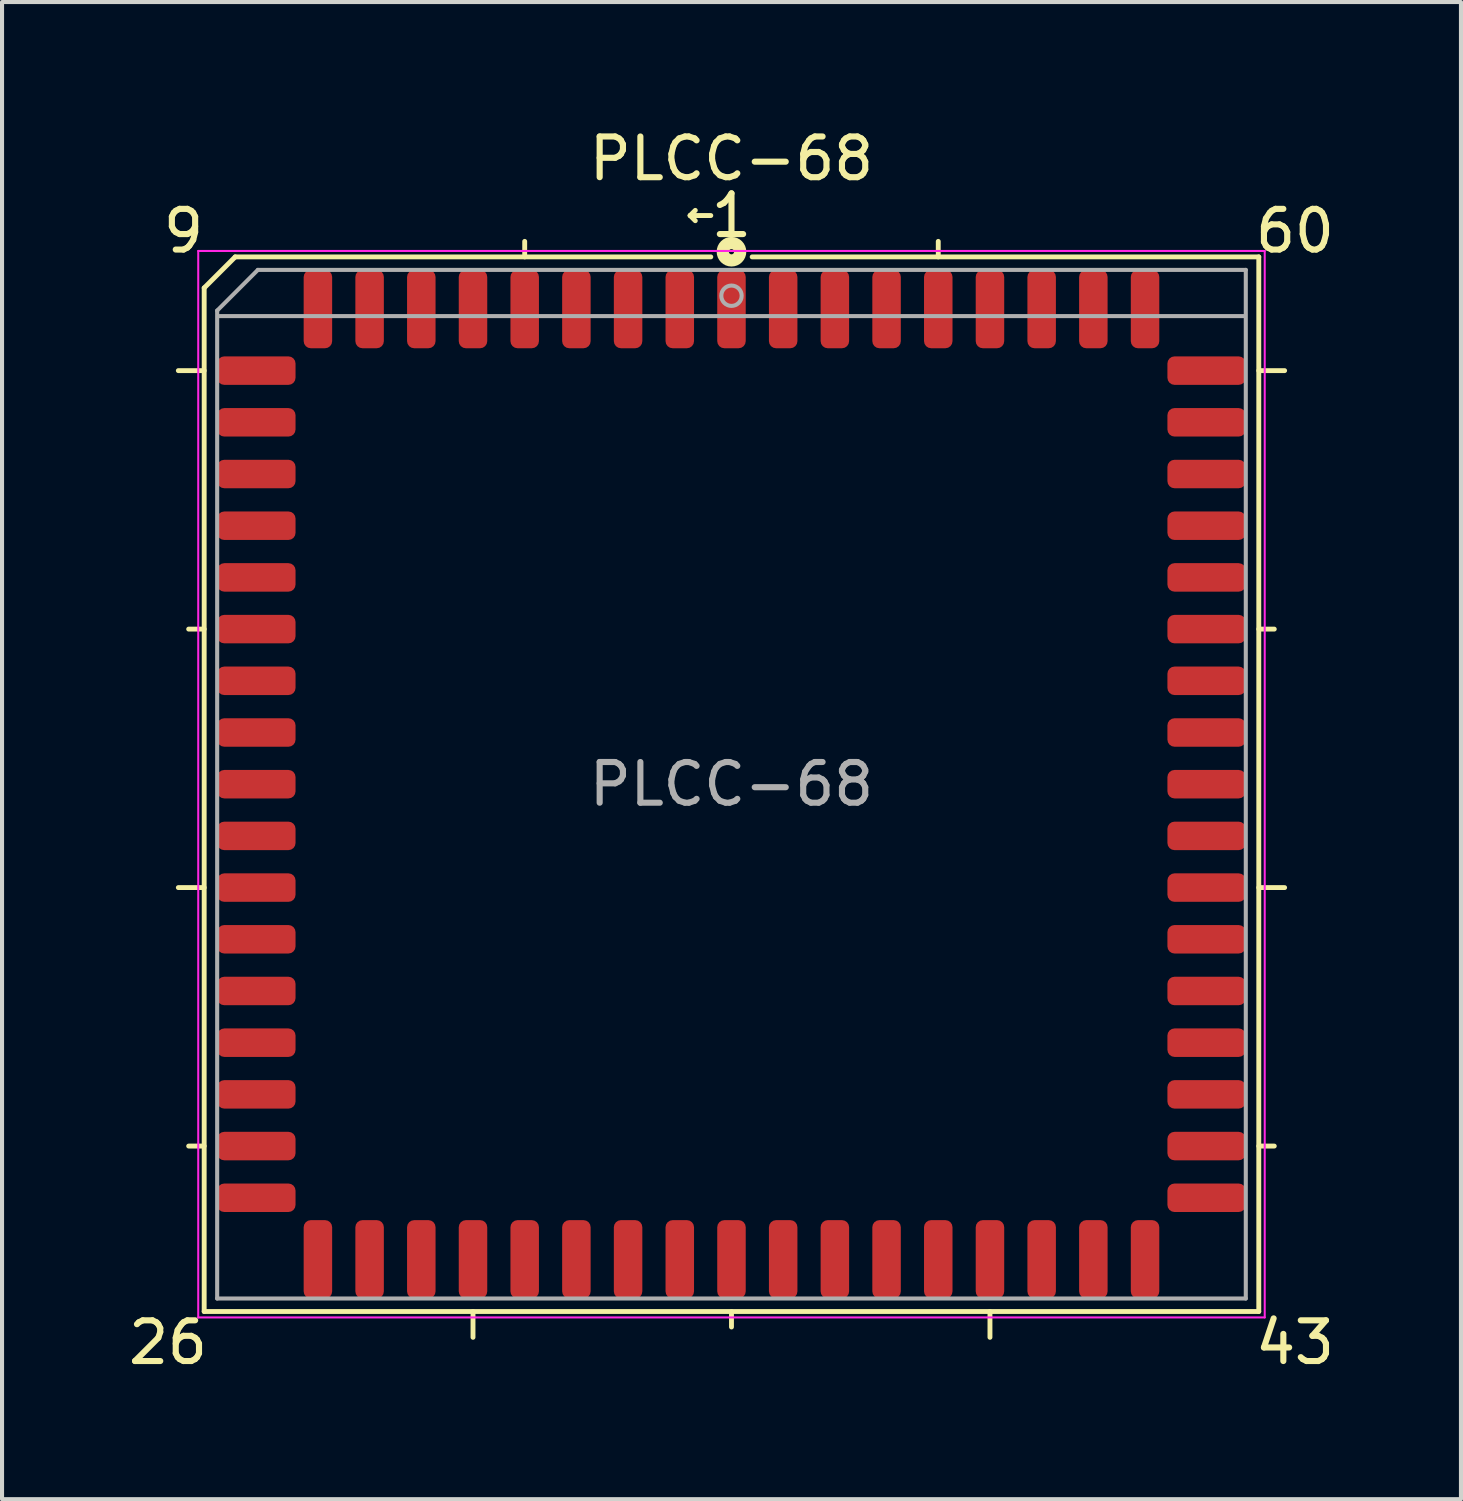
<source format=kicad_pcb>
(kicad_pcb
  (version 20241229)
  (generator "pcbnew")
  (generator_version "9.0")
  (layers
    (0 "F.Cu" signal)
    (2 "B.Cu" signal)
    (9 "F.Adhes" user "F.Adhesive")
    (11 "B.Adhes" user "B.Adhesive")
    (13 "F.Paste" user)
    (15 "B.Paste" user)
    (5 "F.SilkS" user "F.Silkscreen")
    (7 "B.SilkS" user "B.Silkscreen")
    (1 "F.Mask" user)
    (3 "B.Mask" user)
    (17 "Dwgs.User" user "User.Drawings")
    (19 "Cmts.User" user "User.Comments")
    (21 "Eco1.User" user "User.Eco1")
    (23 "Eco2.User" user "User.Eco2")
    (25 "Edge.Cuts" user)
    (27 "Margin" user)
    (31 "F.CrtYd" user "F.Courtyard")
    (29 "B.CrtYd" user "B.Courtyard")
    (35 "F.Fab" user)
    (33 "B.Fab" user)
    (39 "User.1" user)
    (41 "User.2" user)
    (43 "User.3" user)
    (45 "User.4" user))
  (footprint "PLCC-68"
    (layer "F.Cu")
    (at 14.92 16.215)
    (property "Reference" "PLCC-68" (at 0 -15.367 0) (layer "F.SilkS") (effects (font (size 1 1) (thickness 0.15))))
    (attr smd)
    (fp_line (start -12.954 -12.192) (end -12.954 12.954) (stroke (width 0.12) (type solid)) (layer "F.SilkS"))
    (fp_line (start -12.954 -10.16) (end -13.589 -10.16) (stroke (width 0.12) (type solid)) (layer "F.SilkS"))
    (fp_line (start -12.954 -3.81) (end -13.335 -3.81) (stroke (width 0.12) (type solid)) (layer "F.SilkS"))
    (fp_line (start -12.954 2.54) (end -13.589 2.54) (stroke (width 0.12) (type solid)) (layer "F.SilkS"))
    (fp_line (start -12.954 8.89) (end -13.335 8.89) (stroke (width 0.12) (type solid)) (layer "F.SilkS"))
    (fp_line (start -12.954 12.954) (end 12.954 12.954) (stroke (width 0.12) (type solid)) (layer "F.SilkS"))
    (fp_line (start -12.192 -12.954) (end -12.954 -12.192) (stroke (width 0.12) (type solid)) (layer "F.SilkS"))
    (fp_line (start -6.35 12.954) (end -6.35 13.589) (stroke (width 0.12) (type solid)) (layer "F.SilkS"))
    (fp_line (start -5.08 -12.954) (end -5.08 -13.335) (stroke (width 0.12) (type solid)) (layer "F.SilkS"))
    (fp_line (start -1.016 -13.97) (end -0.889 -14.097) (stroke (width 0.12) (type solid)) (layer "F.SilkS"))
    (fp_line (start -1.016 -13.97) (end -0.889 -13.843) (stroke (width 0.12) (type solid)) (layer "F.SilkS"))
    (fp_line (start -0.508 -13.97) (end -1.016 -13.97) (stroke (width 0.12) (type solid)) (layer "F.SilkS"))
    (fp_line (start -0.508 -12.954) (end -12.192 -12.954) (stroke (width 0.12) (type solid)) (layer "F.SilkS"))
    (fp_line (start 0 12.954) (end 0 13.335) (stroke (width 0.12) (type solid)) (layer "F.SilkS"))
    (fp_line (start 5.08 -12.954) (end 5.08 -13.335) (stroke (width 0.12) (type solid)) (layer "F.SilkS"))
    (fp_line (start 6.35 12.954) (end 6.35 13.589) (stroke (width 0.12) (type solid)) (layer "F.SilkS"))
    (fp_line (start 12.954 -12.954) (end 0.508 -12.954) (stroke (width 0.12) (type solid)) (layer "F.SilkS"))
    (fp_line (start 12.954 -10.16) (end 13.589 -10.16) (stroke (width 0.12) (type solid)) (layer "F.SilkS"))
    (fp_line (start 12.954 -3.81) (end 13.335 -3.81) (stroke (width 0.12) (type solid)) (layer "F.SilkS"))
    (fp_line (start 12.954 2.54) (end 13.589 2.54) (stroke (width 0.12) (type solid)) (layer "F.SilkS"))
    (fp_line (start 12.954 8.89) (end 13.335 8.89) (stroke (width 0.12) (type solid)) (layer "F.SilkS"))
    (fp_line (start 12.954 12.954) (end 12.954 -12.954) (stroke (width 0.12) (type solid)) (layer "F.SilkS"))
    (fp_circle (center 0 -13.081) (end 0.064 -13.081) (stroke (width 0.3) (type solid)) (fill no) (layer "F.SilkS"))
    (fp_line (start -13.1 -13.1) (end -13.1 13.1) (stroke (width 0.05) (type solid)) (layer "F.CrtYd"))
    (fp_line (start -13.1 13.1) (end 13.1 13.1) (stroke (width 0.05) (type solid)) (layer "F.CrtYd"))
    (fp_line (start 13.1 -13.1) (end -13.1 -13.1) (stroke (width 0.05) (type solid)) (layer "F.CrtYd"))
    (fp_line (start 13.1 13.1) (end 13.1 -13.1) (stroke (width 0.05) (type solid)) (layer "F.CrtYd"))
    (fp_line (start -12.635 -11.635) (end -12.635 12.635) (stroke (width 0.1) (type solid)) (layer "F.Fab"))
    (fp_line (start -12.635 12.635) (end 12.635 12.635) (stroke (width 0.1) (type solid)) (layer "F.Fab"))
    (fp_line (start -11.635 -12.635) (end -12.635 -11.635) (stroke (width 0.1) (type solid)) (layer "F.Fab"))
    (fp_line (start 12.6 -11.5) (end -12.6 -11.5) (stroke (width 0.1) (type solid)) (layer "F.Fab"))
    (fp_line (start 12.635 -12.635) (end -11.635 -12.635) (stroke (width 0.1) (type solid)) (layer "F.Fab"))
    (fp_line (start 12.635 12.635) (end 12.635 -12.635) (stroke (width 0.1) (type solid)) (layer "F.Fab"))
    (fp_circle (center 0 -12) (end 0.25 -12) (stroke (width 0.1) (type solid)) (fill no) (layer "F.Fab"))
    (fp_text user "26" (at -13.843 13.716 0) (unlocked yes) (layer "F.SilkS") (effects (font (size 1 1) (thickness 0.15))))
    (fp_text user "1" (at 0 -13.97 0) (unlocked yes) (layer "F.SilkS") (effects (font (size 1 1) (thickness 0.15))))
    (fp_text user "43" (at 13.843 13.716 0) (unlocked yes) (layer "F.SilkS") (effects (font (size 1 1) (thickness 0.15))))
    (fp_text user "9" (at -13.462 -13.589 0) (unlocked yes) (layer "F.SilkS") (effects (font (size 1 1) (thickness 0.15))))
    (fp_text user "60" (at 13.843 -13.589 0) (unlocked yes) (layer "F.SilkS") (effects (font (size 1 1) (thickness 0.15))))
    (fp_text user "${REFERENCE}" (at 0 0 0) (layer "F.Fab") (effects (font (size 1 1) (thickness 0.15))))
    (pad "1" smd roundrect (at 0 -11.672) (size 0.7 1.925) (layers "F.Cu" "F.Mask" "F.Paste") (roundrect_rratio 0.25))
    (pad "2" smd roundrect (at -1.27 -11.672) (size 0.7 1.925) (layers "F.Cu" "F.Mask" "F.Paste") (roundrect_rratio 0.25))
    (pad "3" smd roundrect (at -2.54 -11.672) (size 0.7 1.925) (layers "F.Cu" "F.Mask" "F.Paste") (roundrect_rratio 0.25))
    (pad "4" smd roundrect (at -3.81 -11.672) (size 0.7 1.925) (layers "F.Cu" "F.Mask" "F.Paste") (roundrect_rratio 0.25))
    (pad "5" smd roundrect (at -5.08 -11.672) (size 0.7 1.925) (layers "F.Cu" "F.Mask" "F.Paste") (roundrect_rratio 0.25))
    (pad "6" smd roundrect (at -6.35 -11.672) (size 0.7 1.925) (layers "F.Cu" "F.Mask" "F.Paste") (roundrect_rratio 0.25))
    (pad "7" smd roundrect (at -7.62 -11.672) (size 0.7 1.925) (layers "F.Cu" "F.Mask" "F.Paste") (roundrect_rratio 0.25))
    (pad "8" smd roundrect (at -8.89 -11.672) (size 0.7 1.925) (layers "F.Cu" "F.Mask" "F.Paste") (roundrect_rratio 0.25))
    (pad "9" smd roundrect (at -10.16 -11.672) (size 0.7 1.925) (layers "F.Cu" "F.Mask" "F.Paste") (roundrect_rratio 0.25))
    (pad "10" smd roundrect (at -11.672 -10.16) (size 1.925 0.7) (layers "F.Cu" "F.Mask" "F.Paste") (roundrect_rratio 0.25))
    (pad "11" smd roundrect (at -11.672 -8.89) (size 1.925 0.7) (layers "F.Cu" "F.Mask" "F.Paste") (roundrect_rratio 0.25))
    (pad "12" smd roundrect (at -11.672 -7.62) (size 1.925 0.7) (layers "F.Cu" "F.Mask" "F.Paste") (roundrect_rratio 0.25))
    (pad "13" smd roundrect (at -11.672 -6.35) (size 1.925 0.7) (layers "F.Cu" "F.Mask" "F.Paste") (roundrect_rratio 0.25))
    (pad "14" smd roundrect (at -11.672 -5.08) (size 1.925 0.7) (layers "F.Cu" "F.Mask" "F.Paste") (roundrect_rratio 0.25))
    (pad "15" smd roundrect (at -11.672 -3.81) (size 1.925 0.7) (layers "F.Cu" "F.Mask" "F.Paste") (roundrect_rratio 0.25))
    (pad "16" smd roundrect (at -11.672 -2.54) (size 1.925 0.7) (layers "F.Cu" "F.Mask" "F.Paste") (roundrect_rratio 0.25))
    (pad "17" smd roundrect (at -11.672 -1.27) (size 1.925 0.7) (layers "F.Cu" "F.Mask" "F.Paste") (roundrect_rratio 0.25))
    (pad "18" smd roundrect (at -11.672 0) (size 1.925 0.7) (layers "F.Cu" "F.Mask" "F.Paste") (roundrect_rratio 0.25))
    (pad "19" smd roundrect (at -11.672 1.27) (size 1.925 0.7) (layers "F.Cu" "F.Mask" "F.Paste") (roundrect_rratio 0.25))
    (pad "20" smd roundrect (at -11.672 2.54) (size 1.925 0.7) (layers "F.Cu" "F.Mask" "F.Paste") (roundrect_rratio 0.25))
    (pad "21" smd roundrect (at -11.672 3.81) (size 1.925 0.7) (layers "F.Cu" "F.Mask" "F.Paste") (roundrect_rratio 0.25))
    (pad "22" smd roundrect (at -11.672 5.08) (size 1.925 0.7) (layers "F.Cu" "F.Mask" "F.Paste") (roundrect_rratio 0.25))
    (pad "23" smd roundrect (at -11.672 6.35) (size 1.925 0.7) (layers "F.Cu" "F.Mask" "F.Paste") (roundrect_rratio 0.25))
    (pad "24" smd roundrect (at -11.672 7.62) (size 1.925 0.7) (layers "F.Cu" "F.Mask" "F.Paste") (roundrect_rratio 0.25))
    (pad "25" smd roundrect (at -11.672 8.89) (size 1.925 0.7) (layers "F.Cu" "F.Mask" "F.Paste") (roundrect_rratio 0.25))
    (pad "26" smd roundrect (at -11.672 10.16) (size 1.925 0.7) (layers "F.Cu" "F.Mask" "F.Paste") (roundrect_rratio 0.25))
    (pad "27" smd roundrect (at -10.16 11.672) (size 0.7 1.925) (layers "F.Cu" "F.Mask" "F.Paste") (roundrect_rratio 0.25))
    (pad "28" smd roundrect (at -8.89 11.672) (size 0.7 1.925) (layers "F.Cu" "F.Mask" "F.Paste") (roundrect_rratio 0.25))
    (pad "29" smd roundrect (at -7.62 11.672) (size 0.7 1.925) (layers "F.Cu" "F.Mask" "F.Paste") (roundrect_rratio 0.25))
    (pad "30" smd roundrect (at -6.35 11.672) (size 0.7 1.925) (layers "F.Cu" "F.Mask" "F.Paste") (roundrect_rratio 0.25))
    (pad "31" smd roundrect (at -5.08 11.672) (size 0.7 1.925) (layers "F.Cu" "F.Mask" "F.Paste") (roundrect_rratio 0.25))
    (pad "32" smd roundrect (at -3.81 11.672) (size 0.7 1.925) (layers "F.Cu" "F.Mask" "F.Paste") (roundrect_rratio 0.25))
    (pad "33" smd roundrect (at -2.54 11.672) (size 0.7 1.925) (layers "F.Cu" "F.Mask" "F.Paste") (roundrect_rratio 0.25))
    (pad "34" smd roundrect (at -1.27 11.672) (size 0.7 1.925) (layers "F.Cu" "F.Mask" "F.Paste") (roundrect_rratio 0.25))
    (pad "35" smd roundrect (at 0 11.672) (size 0.7 1.925) (layers "F.Cu" "F.Mask" "F.Paste") (roundrect_rratio 0.25))
    (pad "36" smd roundrect (at 1.27 11.672) (size 0.7 1.925) (layers "F.Cu" "F.Mask" "F.Paste") (roundrect_rratio 0.25))
    (pad "37" smd roundrect (at 2.54 11.672) (size 0.7 1.925) (layers "F.Cu" "F.Mask" "F.Paste") (roundrect_rratio 0.25))
    (pad "38" smd roundrect (at 3.81 11.672) (size 0.7 1.925) (layers "F.Cu" "F.Mask" "F.Paste") (roundrect_rratio 0.25))
    (pad "39" smd roundrect (at 5.08 11.672) (size 0.7 1.925) (layers "F.Cu" "F.Mask" "F.Paste") (roundrect_rratio 0.25))
    (pad "40" smd roundrect (at 6.35 11.672) (size 0.7 1.925) (layers "F.Cu" "F.Mask" "F.Paste") (roundrect_rratio 0.25))
    (pad "41" smd roundrect (at 7.62 11.672) (size 0.7 1.925) (layers "F.Cu" "F.Mask" "F.Paste") (roundrect_rratio 0.25))
    (pad "42" smd roundrect (at 8.89 11.672) (size 0.7 1.925) (layers "F.Cu" "F.Mask" "F.Paste") (roundrect_rratio 0.25))
    (pad "43" smd roundrect (at 10.16 11.672) (size 0.7 1.925) (layers "F.Cu" "F.Mask" "F.Paste") (roundrect_rratio 0.25))
    (pad "44" smd roundrect (at 11.672 10.16) (size 1.925 0.7) (layers "F.Cu" "F.Mask" "F.Paste") (roundrect_rratio 0.25))
    (pad "45" smd roundrect (at 11.672 8.89) (size 1.925 0.7) (layers "F.Cu" "F.Mask" "F.Paste") (roundrect_rratio 0.25))
    (pad "46" smd roundrect (at 11.672 7.62) (size 1.925 0.7) (layers "F.Cu" "F.Mask" "F.Paste") (roundrect_rratio 0.25))
    (pad "47" smd roundrect (at 11.672 6.35) (size 1.925 0.7) (layers "F.Cu" "F.Mask" "F.Paste") (roundrect_rratio 0.25))
    (pad "48" smd roundrect (at 11.672 5.08) (size 1.925 0.7) (layers "F.Cu" "F.Mask" "F.Paste") (roundrect_rratio 0.25))
    (pad "49" smd roundrect (at 11.672 3.81) (size 1.925 0.7) (layers "F.Cu" "F.Mask" "F.Paste") (roundrect_rratio 0.25))
    (pad "50" smd roundrect (at 11.672 2.54) (size 1.925 0.7) (layers "F.Cu" "F.Mask" "F.Paste") (roundrect_rratio 0.25))
    (pad "51" smd roundrect (at 11.672 1.27) (size 1.925 0.7) (layers "F.Cu" "F.Mask" "F.Paste") (roundrect_rratio 0.25))
    (pad "52" smd roundrect (at 11.672 0) (size 1.925 0.7) (layers "F.Cu" "F.Mask" "F.Paste") (roundrect_rratio 0.25))
    (pad "53" smd roundrect (at 11.672 -1.27) (size 1.925 0.7) (layers "F.Cu" "F.Mask" "F.Paste") (roundrect_rratio 0.25))
    (pad "54" smd roundrect (at 11.672 -2.54) (size 1.925 0.7) (layers "F.Cu" "F.Mask" "F.Paste") (roundrect_rratio 0.25))
    (pad "55" smd roundrect (at 11.672 -3.81) (size 1.925 0.7) (layers "F.Cu" "F.Mask" "F.Paste") (roundrect_rratio 0.25))
    (pad "56" smd roundrect (at 11.672 -5.08) (size 1.925 0.7) (layers "F.Cu" "F.Mask" "F.Paste") (roundrect_rratio 0.25))
    (pad "57" smd roundrect (at 11.672 -6.35) (size 1.925 0.7) (layers "F.Cu" "F.Mask" "F.Paste") (roundrect_rratio 0.25))
    (pad "58" smd roundrect (at 11.672 -7.62) (size 1.925 0.7) (layers "F.Cu" "F.Mask" "F.Paste") (roundrect_rratio 0.25))
    (pad "59" smd roundrect (at 11.672 -8.89) (size 1.925 0.7) (layers "F.Cu" "F.Mask" "F.Paste") (roundrect_rratio 0.25))
    (pad "60" smd roundrect (at 11.672 -10.16) (size 1.925 0.7) (layers "F.Cu" "F.Mask" "F.Paste") (roundrect_rratio 0.25))
    (pad "61" smd roundrect (at 10.16 -11.672) (size 0.7 1.925) (layers "F.Cu" "F.Mask" "F.Paste") (roundrect_rratio 0.25))
    (pad "62" smd roundrect (at 8.89 -11.672) (size 0.7 1.925) (layers "F.Cu" "F.Mask" "F.Paste") (roundrect_rratio 0.25))
    (pad "63" smd roundrect (at 7.62 -11.672) (size 0.7 1.925) (layers "F.Cu" "F.Mask" "F.Paste") (roundrect_rratio 0.25))
    (pad "64" smd roundrect (at 6.35 -11.672) (size 0.7 1.925) (layers "F.Cu" "F.Mask" "F.Paste") (roundrect_rratio 0.25))
    (pad "65" smd roundrect (at 5.08 -11.672) (size 0.7 1.925) (layers "F.Cu" "F.Mask" "F.Paste") (roundrect_rratio 0.25))
    (pad "66" smd roundrect (at 3.81 -11.672) (size 0.7 1.925) (layers "F.Cu" "F.Mask" "F.Paste") (roundrect_rratio 0.25))
    (pad "67" smd roundrect (at 2.54 -11.672) (size 0.7 1.925) (layers "F.Cu" "F.Mask" "F.Paste") (roundrect_rratio 0.25))
    (pad "68" smd roundrect (at 1.27 -11.672) (size 0.7 1.925) (layers "F.Cu" "F.Mask" "F.Paste") (roundrect_rratio 0.25)))
  (gr_rect
    (start -3 -3)
    (end 32.841 33.779)
    (stroke (width 0.1) (type default))
    (fill no)
    (layer "Edge.Cuts")))
</source>
